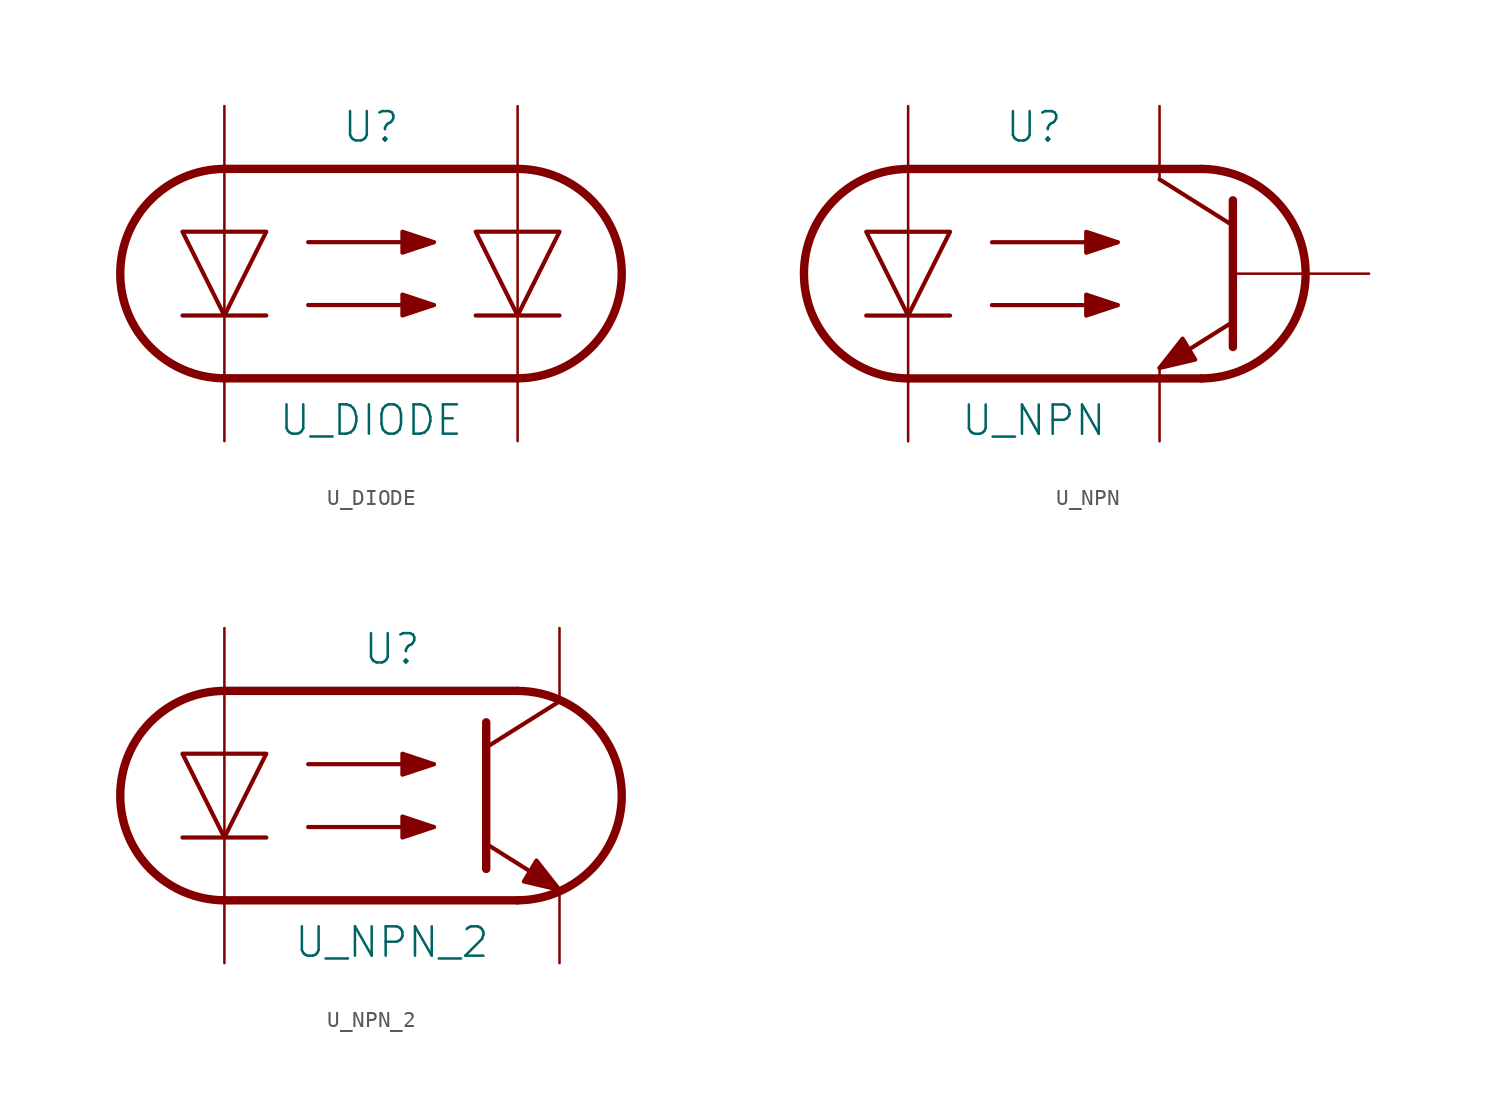
<source format=kicad_sym>
(kicad_symbol_lib
  (version 20211014)
  (generator kicad_symbol_editor)
  (symbol "U_DIODE"
    (pin_names
      (offset 0))
    (property "Reference" "U"
      (at 0 8.89 0)
      (effects (font (size 1.778 1.778))))
    (property "Value" "U_DIODE"
      (at 0 -8.89 0)
      (effects (font (size 1.778 1.778))))
    (symbol "U_DIODE_0_1"
      (arc (start -8.89 6.35) (mid -15.24 0) (end -8.89 -6.35) (stroke (width 0.508) (type default) (color 0 0 0 0)) (fill (type none)))
      (polyline (pts (xy -8.89 -6.35) (xy 8.89 -6.35)) (stroke (width 0.508) (type default) (color 0 0 0 0)) (fill (type none)))
      (polyline (pts (xy -8.89 6.35) (xy 8.89 6.35)) (stroke (width 0.508) (type default) (color 0 0 0 0)) (fill (type none)))
      (polyline (pts (xy -8.89 10.16) (xy -8.89 -10.16)) (stroke (width 0) (type default) (color 0 0 0 0)) (fill (type none)))
      (polyline (pts (xy -3.81 -1.905) (xy 3.81 -1.905)) (stroke (width 0.254) (type default) (color 0 0 0 0)) (fill (type none)))
      (polyline (pts (xy -3.81 1.905) (xy 3.81 1.905)) (stroke (width 0.254) (type default) (color 0 0 0 0)) (fill (type none)))
      (polyline (pts (xy 8.89 10.16) (xy 8.89 -10.16)) (stroke (width 0) (type default) (color 0 0 0 0)) (fill (type none)))
      (polyline (pts (xy 1.905 -2.54) (xy 3.81 -1.905) (xy 1.905 -1.27) (xy 1.905 -2.54)) (stroke (width 0.254) (type default) (color 0 0 0 0)) (fill (type outline)))
      (polyline (pts (xy 1.905 1.27) (xy 3.81 1.905) (xy 1.905 2.54) (xy 1.905 1.27)) (stroke (width 0.254) (type default) (color 0 0 0 0)) (fill (type outline)))
      (polyline (pts (xy -11.43 -2.54) (xy -8.89 -2.54) (xy -11.43 2.54) (xy -6.35 2.54) (xy -8.89 -2.54) (xy -6.35 -2.54)) (stroke (width 0.254) (type default) (color 0 0 0 0)) (fill (type none)))
      (polyline (pts (xy 6.35 -2.54) (xy 8.89 -2.54) (xy 6.35 2.54) (xy 11.43 2.54) (xy 8.89 -2.54) (xy 11.43 -2.54)) (stroke (width 0.254) (type default) (color 0 0 0 0)) (fill (type none)))
      (arc (start 8.89 -6.35) (mid 15.24 0) (end 8.89 6.35) (stroke (width 0.508) (type default) (color 0 0 0 0)) (fill (type none))))
    (symbol "U_DIODE_1_1"
      (pin passive line (at -8.89 10.16 270) (length 2.54) hide (name "A" (effects (font (size 1.27 1.27)))) (number "1" (effects (font (size 1.27 1.27)))))
      (pin passive line (at -8.89 -10.16 90) (length 2.54) hide (name "C" (effects (font (size 1.27 1.27)))) (number "2" (effects (font (size 1.27 1.27)))))
      (pin passive line (at 8.89 10.16 270) (length 2.54) hide (name "A" (effects (font (size 1.27 1.27)))) (number "3" (effects (font (size 1.27 1.27)))))
      (pin passive line (at 8.89 -10.16 90) (length 2.54) hide (name "C" (effects (font (size 1.27 1.27)))) (number "4" (effects (font (size 1.27 1.27)))))))
  (symbol "U_NPN"
    (pin_names
      (offset 0))
    (property "Reference" "U"
      (at -1.27 8.89 0)
      (effects (font (size 1.778 1.778))))
    (property "Value" "U_NPN"
      (at -1.27 -8.89 0)
      (effects (font (size 1.778 1.778))))
    (symbol "U_NPN_0_1"
      (arc (start -8.89 6.35) (mid -15.24 0) (end -8.89 -6.35) (stroke (width 0.508) (type default) (color 0 0 0 0)) (fill (type none)))
      (polyline (pts (xy -8.89 -6.35) (xy 8.89 -6.35)) (stroke (width 0.508) (type default) (color 0 0 0 0)) (fill (type none)))
      (polyline (pts (xy -8.89 6.35) (xy 8.89 6.35)) (stroke (width 0.508) (type default) (color 0 0 0 0)) (fill (type none)))
      (polyline (pts (xy -8.89 10.16) (xy -8.89 -10.16)) (stroke (width 0) (type default) (color 0 0 0 0)) (fill (type none)))
      (polyline (pts (xy -3.81 -1.905) (xy 3.81 -1.905)) (stroke (width 0.254) (type default) (color 0 0 0 0)) (fill (type none)))
      (polyline (pts (xy -3.81 1.905) (xy 3.81 1.905)) (stroke (width 0.254) (type default) (color 0 0 0 0)) (fill (type none)))
      (polyline (pts (xy 6.35 -5.715) (xy 10.795 -2.921)) (stroke (width 0.254) (type default) (color 0 0 0 0)) (fill (type none)))
      (polyline (pts (xy 6.35 5.715) (xy 10.795 2.921)) (stroke (width 0.254) (type default) (color 0 0 0 0)) (fill (type none)))
      (polyline (pts (xy 6.35 10.16) (xy 6.35 5.715)) (stroke (width 0) (type default) (color 0 0 0 0)) (fill (type none)))
      (polyline (pts (xy 10.795 4.445) (xy 10.795 -4.445)) (stroke (width 0.508) (type default) (color 0 0 0 0)) (fill (type none)))
      (polyline (pts (xy 19.05 0) (xy 10.795 0)) (stroke (width 0) (type default) (color 0 0 0 0)) (fill (type none)))
      (polyline (pts (xy 1.905 -2.54) (xy 3.81 -1.905) (xy 1.905 -1.27) (xy 1.905 -2.54)) (stroke (width 0.254) (type default) (color 0 0 0 0)) (fill (type outline)))
      (polyline (pts (xy 1.905 1.27) (xy 3.81 1.905) (xy 1.905 2.54) (xy 1.905 1.27)) (stroke (width 0.254) (type default) (color 0 0 0 0)) (fill (type outline)))
      (polyline (pts (xy 6.35 -5.715) (xy 8.509 -5.207) (xy 7.747 -3.937) (xy 6.35 -5.715)) (stroke (width 0.254) (type default) (color 0 0 0 0)) (fill (type outline)))
      (polyline (pts (xy -11.43 -2.54) (xy -8.89 -2.54) (xy -11.43 2.54) (xy -6.35 2.54) (xy -8.89 -2.54) (xy -6.35 -2.54)) (stroke (width 0.254) (type default) (color 0 0 0 0)) (fill (type none)))
      (arc (start 8.89 -6.35) (mid 15.24 0) (end 8.89 6.35) (stroke (width 0.508) (type default) (color 0 0 0 0)) (fill (type none))))
    (symbol "U_NPN_1_1"
      (polyline (pts (xy 6.35 -10.16) (xy 6.35 -5.715)) (stroke (width 0) (type default) (color 0 0 0 0)) (fill (type none)))
      (pin passive line (at -8.89 10.16 270) (length 2.54) hide (name "A" (effects (font (size 1.27 1.27)))) (number "1" (effects (font (size 1.27 1.27)))))
      (pin passive line (at -8.89 -10.16 90) (length 2.54) hide (name "C" (effects (font (size 1.27 1.27)))) (number "2" (effects (font (size 1.27 1.27)))))
      (pin passive line (at 6.35 10.16 270) (length 2.54) hide (name "C" (effects (font (size 1.27 1.27)))) (number "3" (effects (font (size 1.27 1.27)))))
      (pin passive line (at 19.05 0 180) (length 2.54) hide (name "B" (effects (font (size 1.27 1.27)))) (number "4" (effects (font (size 1.27 1.27)))))
      (pin passive line (at 6.35 -10.16 90) (length 2.54) hide (name "E" (effects (font (size 1.27 1.27)))) (number "5" (effects (font (size 1.27 1.27)))))))
  (symbol "U_NPN_2"
    (pin_names
      (offset 0))
    (property "Reference" "U"
      (at 1.27 8.89 0)
      (effects (font (size 1.778 1.778))))
    (property "Value" "U_NPN_2"
      (at 1.27 -8.89 0)
      (effects (font (size 1.778 1.778))))
    (symbol "U_NPN_2_0_1"
      (arc (start -8.89 6.35) (mid -15.24 0) (end -8.89 -6.35) (stroke (width 0.508) (type default) (color 0 0 0 0)) (fill (type none)))
      (polyline (pts (xy -8.89 -6.35) (xy 8.89 -6.35)) (stroke (width 0.508) (type default) (color 0 0 0 0)) (fill (type none)))
      (polyline (pts (xy -8.89 6.35) (xy 8.89 6.35)) (stroke (width 0.508) (type default) (color 0 0 0 0)) (fill (type none)))
      (polyline (pts (xy -8.89 10.16) (xy -8.89 -10.16)) (stroke (width 0) (type default) (color 0 0 0 0)) (fill (type none)))
      (polyline (pts (xy -3.81 -1.905) (xy 3.81 -1.905)) (stroke (width 0.254) (type default) (color 0 0 0 0)) (fill (type none)))
      (polyline (pts (xy -3.81 1.905) (xy 3.81 1.905)) (stroke (width 0.254) (type default) (color 0 0 0 0)) (fill (type none)))
      (polyline (pts (xy 6.985 -2.921) (xy 11.43 -5.715)) (stroke (width 0.254) (type default) (color 0 0 0 0)) (fill (type none)))
      (polyline (pts (xy 6.985 4.445) (xy 6.985 -4.445)) (stroke (width 0.508) (type default) (color 0 0 0 0)) (fill (type none)))
      (polyline (pts (xy 11.43 -5.715) (xy 11.43 -10.16)) (stroke (width 0) (type default) (color 0 0 0 0)) (fill (type none)))
      (polyline (pts (xy 11.43 5.715) (xy 6.985 2.921)) (stroke (width 0.254) (type default) (color 0 0 0 0)) (fill (type none)))
      (polyline (pts (xy 11.43 10.16) (xy 11.43 5.715)) (stroke (width 0) (type default) (color 0 0 0 0)) (fill (type none)))
      (polyline (pts (xy 1.905 -2.54) (xy 3.81 -1.905) (xy 1.905 -1.27) (xy 1.905 -2.54)) (stroke (width 0.254) (type default) (color 0 0 0 0)) (fill (type outline)))
      (polyline (pts (xy 1.905 1.27) (xy 3.81 1.905) (xy 1.905 2.54) (xy 1.905 1.27)) (stroke (width 0.254) (type default) (color 0 0 0 0)) (fill (type outline)))
      (polyline (pts (xy 11.43 -5.715) (xy 9.271 -5.207) (xy 10.033 -3.937) (xy 11.43 -5.715)) (stroke (width 0.254) (type default) (color 0 0 0 0)) (fill (type outline)))
      (polyline (pts (xy -11.43 -2.54) (xy -8.89 -2.54) (xy -11.43 2.54) (xy -6.35 2.54) (xy -8.89 -2.54) (xy -6.35 -2.54)) (stroke (width 0.254) (type default) (color 0 0 0 0)) (fill (type none)))
      (arc (start 8.89 -6.35) (mid 15.24 0) (end 8.89 6.35) (stroke (width 0.508) (type default) (color 0 0 0 0)) (fill (type none))))
    (symbol "U_NPN_2_1_1"
      (pin passive line (at -8.89 10.16 270) (length 2.54) hide (name "A" (effects (font (size 1.27 1.27)))) (number "1" (effects (font (size 1.27 1.27)))))
      (pin passive line (at -8.89 -10.16 90) (length 2.54) hide (name "C" (effects (font (size 1.27 1.27)))) (number "2" (effects (font (size 1.27 1.27)))))
      (pin passive line (at 11.43 10.16 270) (length 2.54) hide (name "C" (effects (font (size 1.27 1.27)))) (number "3" (effects (font (size 1.27 1.27)))))
      (pin passive line (at 11.43 -10.16 90) (length 2.54) hide (name "E" (effects (font (size 1.27 1.27)))) (number "4" (effects (font (size 1.27 1.27))))))))
</source>
